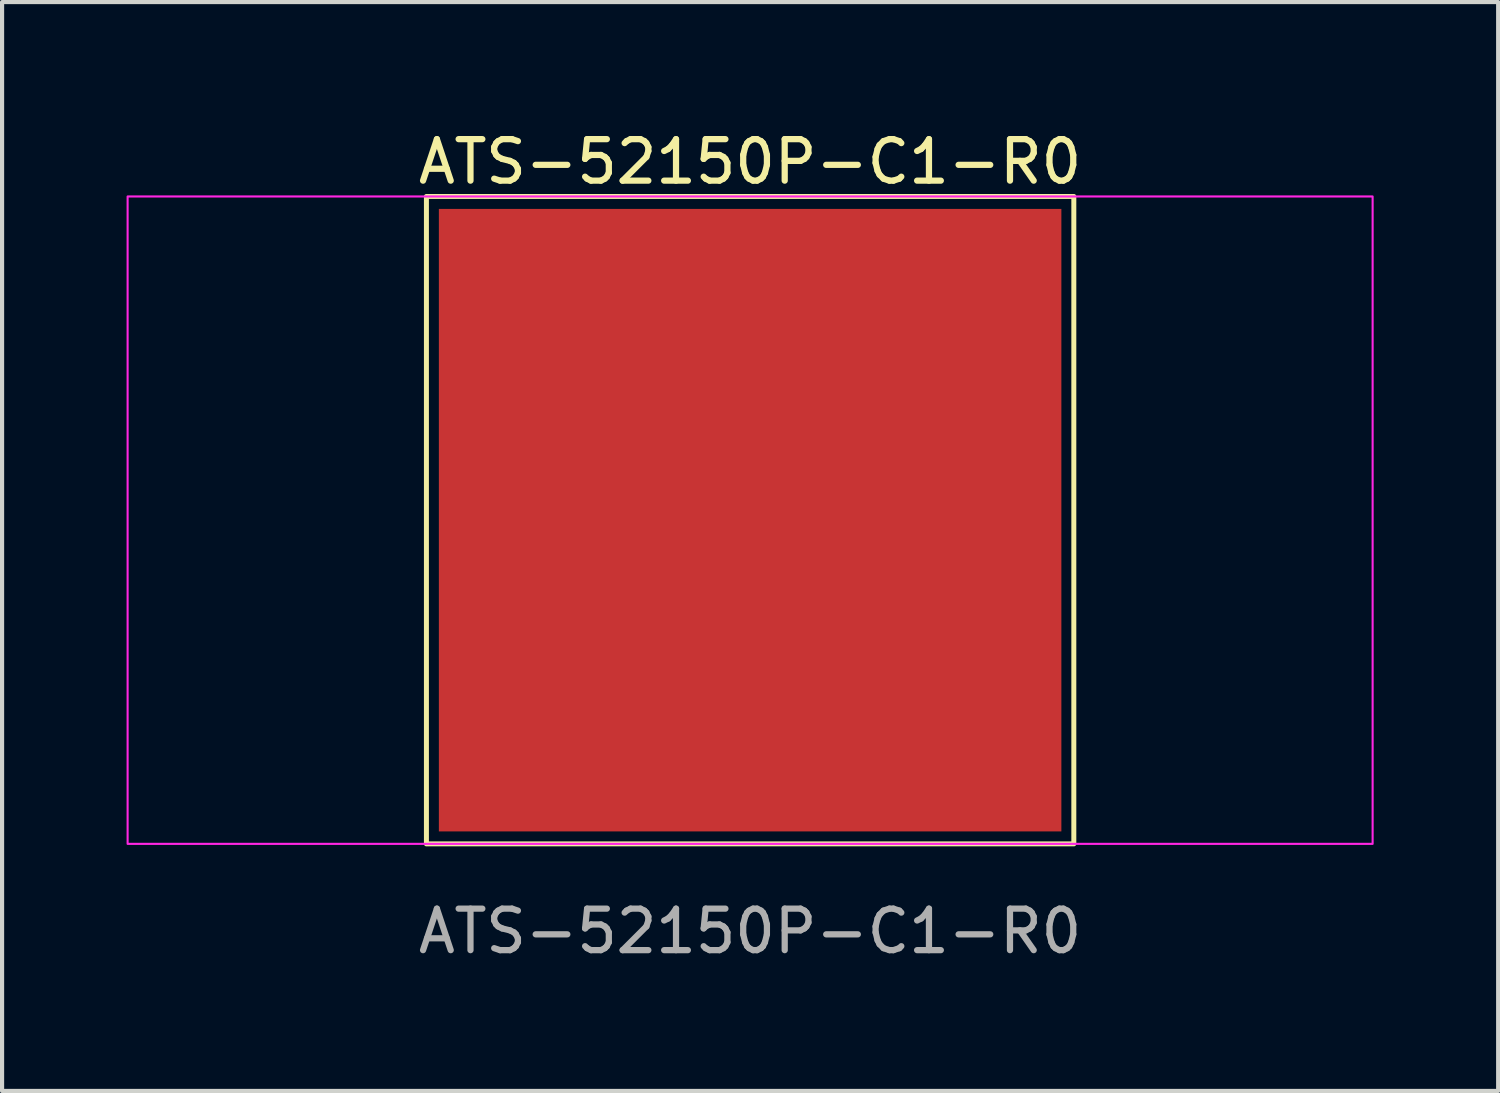
<source format=kicad_pcb>
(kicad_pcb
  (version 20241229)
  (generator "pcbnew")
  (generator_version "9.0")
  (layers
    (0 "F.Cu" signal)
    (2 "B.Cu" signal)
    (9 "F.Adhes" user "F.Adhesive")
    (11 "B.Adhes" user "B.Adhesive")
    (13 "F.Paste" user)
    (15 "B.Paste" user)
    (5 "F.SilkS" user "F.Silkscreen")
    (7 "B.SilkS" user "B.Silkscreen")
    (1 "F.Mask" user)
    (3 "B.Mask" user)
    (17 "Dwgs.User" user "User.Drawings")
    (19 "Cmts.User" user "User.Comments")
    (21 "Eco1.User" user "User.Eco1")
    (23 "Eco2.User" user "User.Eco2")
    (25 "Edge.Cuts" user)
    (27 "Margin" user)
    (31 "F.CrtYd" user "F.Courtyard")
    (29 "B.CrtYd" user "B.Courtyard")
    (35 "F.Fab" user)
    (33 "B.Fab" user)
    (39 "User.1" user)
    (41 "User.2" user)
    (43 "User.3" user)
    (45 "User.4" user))
  (footprint "ATS-52150P-C1-R0"
    (layer "F.Cu")
    (at 15.025 9.484)
    (property "Reference" "ATS-52150P-C1-R0" (at 0 -8.636 0) (unlocked yes) (layer "F.SilkS") (effects (font (size 1 1) (thickness 0.15))))
    (attr smd)
    (fp_rect (start -7.8 -7.8) (end 7.8 7.8) (stroke (width 0.12) (type solid)) (fill no) (layer "F.SilkS"))
    (fp_rect (start -15 -7.8) (end 15 7.8) (stroke (width 0.05) (type solid)) (fill no) (layer "F.CrtYd"))
    (fp_text user "${REFERENCE}" (at 0 9.906 0) (unlocked yes) (layer "F.Fab") (effects (font (size 1 1) (thickness 0.15))))
    (pad "1" smd rect (at 0 0) (size 15 15) (layers "F.Cu" "F.Mask" "F.Paste")))
  (gr_rect
    (start -3 -3)
    (end 33.05 23.238)
    (stroke (width 0.1) (type default))
    (fill no)
    (layer "Edge.Cuts")))
</source>
